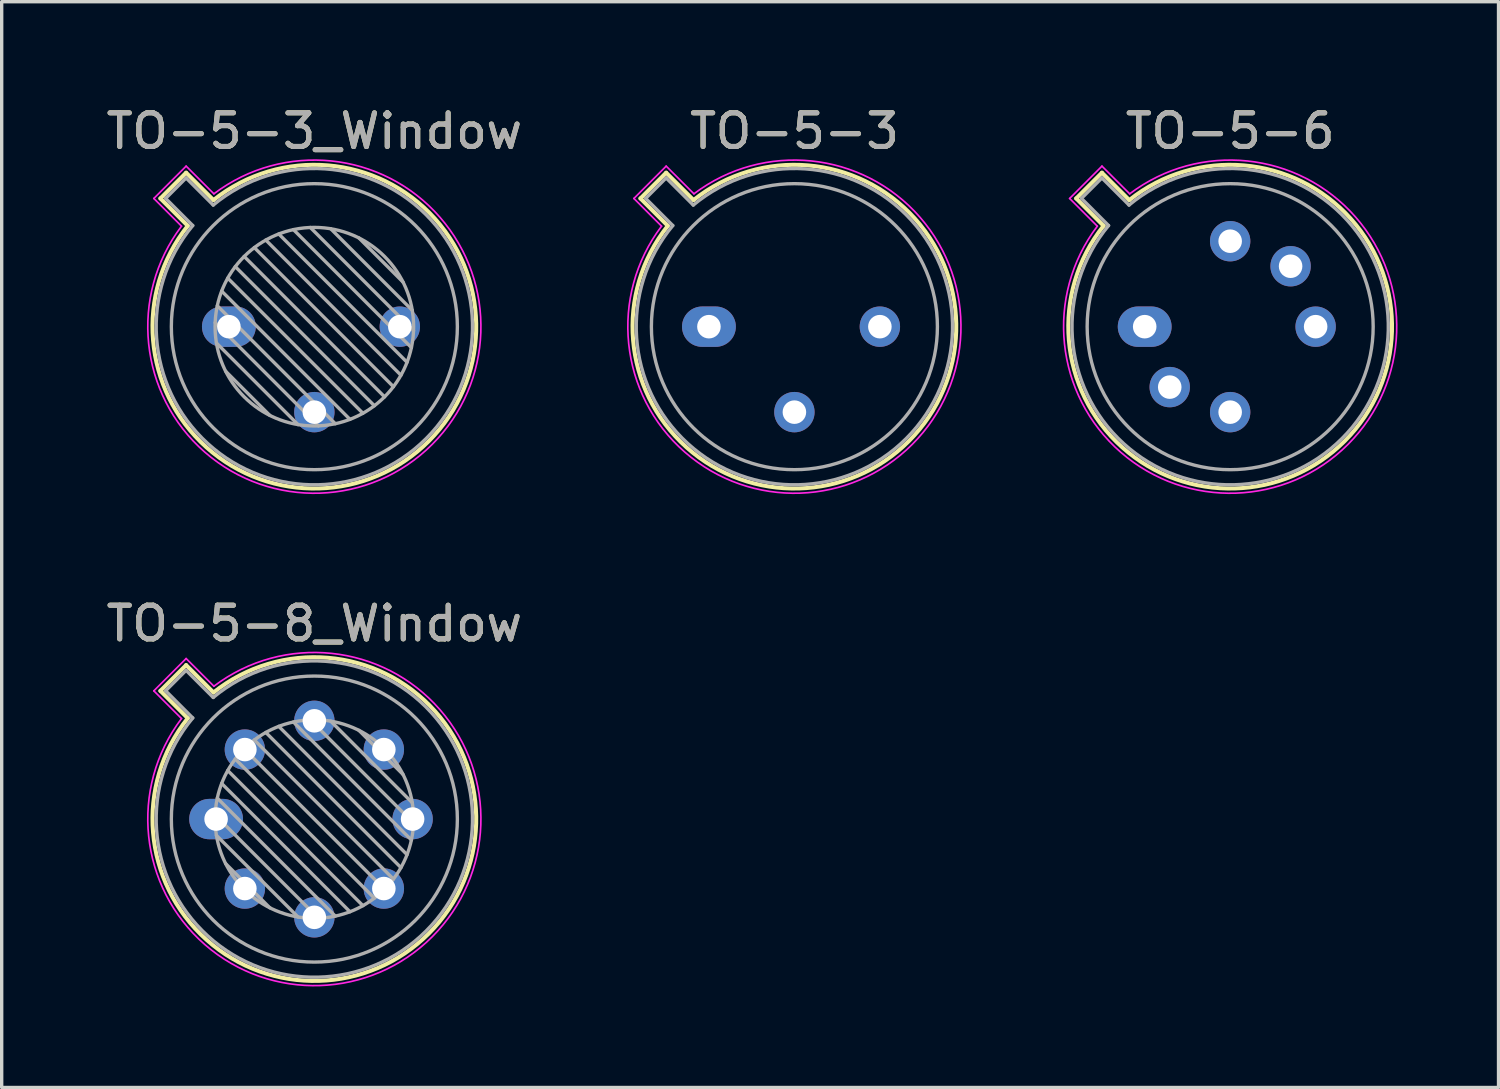
<source format=kicad_pcb>
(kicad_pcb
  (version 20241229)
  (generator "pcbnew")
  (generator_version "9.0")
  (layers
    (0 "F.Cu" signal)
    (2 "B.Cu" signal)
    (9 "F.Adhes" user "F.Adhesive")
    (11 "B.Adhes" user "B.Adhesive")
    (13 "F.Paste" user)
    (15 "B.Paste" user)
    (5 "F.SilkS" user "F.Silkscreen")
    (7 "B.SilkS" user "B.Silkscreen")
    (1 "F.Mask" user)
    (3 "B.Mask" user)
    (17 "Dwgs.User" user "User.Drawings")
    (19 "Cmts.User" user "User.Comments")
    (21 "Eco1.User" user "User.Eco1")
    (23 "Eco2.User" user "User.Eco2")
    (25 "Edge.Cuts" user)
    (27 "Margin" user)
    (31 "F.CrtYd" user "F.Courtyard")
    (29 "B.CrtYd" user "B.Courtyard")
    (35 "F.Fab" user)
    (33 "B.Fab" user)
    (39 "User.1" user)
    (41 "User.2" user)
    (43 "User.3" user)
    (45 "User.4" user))
  (footprint "TO-5-8_Window"
    (layer "F.Cu")
    (at 3.372 21.291)
    (property "Reference" "TO-5-8_Window" (at 2.92 -5.81 0) (layer "F.SilkS") (effects (font (size 1 1) (thickness 0.15))))
    (attr through_hole)
    (fp_line (start -1.655 -3.811) (end -0.842 -2.998) (stroke (width 0.12) (type solid)) (layer "F.SilkS"))
    (fp_line (start -0.891 -4.575) (end -1.655 -3.811) (stroke (width 0.12) (type solid)) (layer "F.SilkS"))
    (fp_line (start -0.078 -3.762) (end -0.891 -4.575) (stroke (width 0.12) (type solid)) (layer "F.SilkS"))
    (fp_arc (start -0.077844 -3.76152) (mid 6.321184 3.401184) (end -0.84152 -2.997844) (stroke (width 0.12) (type solid)) (layer "F.SilkS"))
    (fp_line (start -1.851 -3.81) (end -1.028 -2.986) (stroke (width 0.05) (type solid)) (layer "F.CrtYd"))
    (fp_line (start -0.89 -4.771) (end -1.851 -3.81) (stroke (width 0.05) (type solid)) (layer "F.CrtYd"))
    (fp_line (start -0.066 -3.948) (end -0.89 -4.771) (stroke (width 0.05) (type solid)) (layer "F.CrtYd"))
    (fp_arc (start -0.066162 -3.947827) (mid 6.420179 3.500179) (end -1.027827 -2.986162) (stroke (width 0.05) (type solid)) (layer "F.CrtYd"))
    (fp_line (start -1.5 -3.812) (end -0.694 -3.005) (stroke (width 0.1) (type solid)) (layer "F.Fab"))
    (fp_line (start -0.892 -4.42) (end -1.5 -3.812) (stroke (width 0.1) (type solid)) (layer "F.Fab"))
    (fp_line (start -0.085 -3.614) (end -0.892 -4.42) (stroke (width 0.1) (type solid)) (layer "F.Fab"))
    (fp_line (start -0.028 -0.12) (end 3.04 2.948) (stroke (width 0.1) (type solid)) (layer "F.Fab"))
    (fp_line (start 0.009 0.485) (end 2.435 2.911) (stroke (width 0.1) (type solid)) (layer "F.Fab"))
    (fp_line (start 0.036 -0.622) (end 3.542 2.884) (stroke (width 0.1) (type solid)) (layer "F.Fab"))
    (fp_line (start 0.165 -1.058) (end 3.978 2.755) (stroke (width 0.1) (type solid)) (layer "F.Fab"))
    (fp_line (start 0.283 1.324) (end 1.596 2.637) (stroke (width 0.1) (type solid)) (layer "F.Fab"))
    (fp_line (start 0.346 -1.443) (end 4.363 2.574) (stroke (width 0.1) (type solid)) (layer "F.Fab"))
    (fp_line (start 0.57 -1.784) (end 4.704 2.35) (stroke (width 0.1) (type solid)) (layer "F.Fab"))
    (fp_line (start 0.834 -2.086) (end 5.006 2.086) (stroke (width 0.1) (type solid)) (layer "F.Fab"))
    (fp_line (start 1.136 -2.35) (end 5.27 1.784) (stroke (width 0.1) (type solid)) (layer "F.Fab"))
    (fp_line (start 1.477 -2.574) (end 5.494 1.443) (stroke (width 0.1) (type solid)) (layer "F.Fab"))
    (fp_line (start 1.862 -2.755) (end 5.675 1.058) (stroke (width 0.1) (type solid)) (layer "F.Fab"))
    (fp_line (start 2.298 -2.884) (end 5.804 0.622) (stroke (width 0.1) (type solid)) (layer "F.Fab"))
    (fp_line (start 2.8 -2.948) (end 5.868 0.12) (stroke (width 0.1) (type solid)) (layer "F.Fab"))
    (fp_line (start 3.405 -2.911) (end 5.831 -0.485) (stroke (width 0.1) (type solid)) (layer "F.Fab"))
    (fp_line (start 4.244 -2.637) (end 5.557 -1.324) (stroke (width 0.1) (type solid)) (layer "F.Fab"))
    (fp_arc (start -0.085408 -3.61352) (mid 6.243402 3.323402) (end -0.69352 -3.005408) (stroke (width 0.1) (type solid)) (layer "F.Fab"))
    (fp_circle (center 2.92 0) (end 5.87 0) (stroke (width 0.1) (type solid)) (fill no) (layer "F.Fab"))
    (fp_circle (center 2.92 0) (end 7.17 0) (stroke (width 0.1) (type solid)) (fill no) (layer "F.Fab"))
    (fp_text user "${REFERENCE}" (at 2.92 -5.81 0) (layer "F.Fab") (effects (font (size 1 1) (thickness 0.15))))
    (pad "1" thru_hole oval (at 0 0) (size 1.6 1.2) (drill 0.7) (layers "*.Cu" "*.Mask"))
    (pad "2" thru_hole circle (at 0.855 2.065) (size 1.2 1.2) (drill 0.7) (layers "*.Cu" "*.Mask"))
    (pad "3" thru_hole circle (at 2.92 2.92) (size 1.2 1.2) (drill 0.7) (layers "*.Cu" "*.Mask"))
    (pad "4" thru_hole circle (at 4.985 2.065) (size 1.2 1.2) (drill 0.7) (layers "*.Cu" "*.Mask"))
    (pad "5" thru_hole circle (at 5.84 0) (size 1.2 1.2) (drill 0.7) (layers "*.Cu" "*.Mask"))
    (pad "6" thru_hole circle (at 4.985 -2.065) (size 1.2 1.2) (drill 0.7) (layers "*.Cu" "*.Mask"))
    (pad "7" thru_hole circle (at 2.92 -2.92) (size 1.2 1.2) (drill 0.7) (layers "*.Cu" "*.Mask"))
    (pad "8" thru_hole circle (at 0.855 -2.065) (size 1.2 1.2) (drill 0.7) (layers "*.Cu" "*.Mask")))
  (footprint "TO-5-3_Window"
    (layer "F.Cu")
    (at 3.752 6.658)
    (property "Reference" "TO-5-3_Window" (at 2.54 -5.81 0) (layer "F.SilkS") (effects (font (size 1 1) (thickness 0.15))))
    (attr through_hole)
    (fp_line (start -2.035 -3.811) (end -1.222 -2.998) (stroke (width 0.12) (type solid)) (layer "F.SilkS"))
    (fp_line (start -1.271 -4.575) (end -2.035 -3.811) (stroke (width 0.12) (type solid)) (layer "F.SilkS"))
    (fp_line (start -0.458 -3.762) (end -1.271 -4.575) (stroke (width 0.12) (type solid)) (layer "F.SilkS"))
    (fp_arc (start -0.457844 -3.76152) (mid 5.941184 3.401184) (end -1.22152 -2.997844) (stroke (width 0.12) (type solid)) (layer "F.SilkS"))
    (fp_line (start -2.231 -3.81) (end -1.408 -2.986) (stroke (width 0.05) (type solid)) (layer "F.CrtYd"))
    (fp_line (start -1.27 -4.771) (end -2.231 -3.81) (stroke (width 0.05) (type solid)) (layer "F.CrtYd"))
    (fp_line (start -0.446 -3.948) (end -1.27 -4.771) (stroke (width 0.05) (type solid)) (layer "F.CrtYd"))
    (fp_arc (start -0.446162 -3.947827) (mid 6.040179 3.500179) (end -1.407827 -2.986162) (stroke (width 0.05) (type solid)) (layer "F.CrtYd"))
    (fp_line (start -1.88 -3.812) (end -1.074 -3.005) (stroke (width 0.1) (type solid)) (layer "F.Fab"))
    (fp_line (start -1.272 -4.42) (end -1.88 -3.812) (stroke (width 0.1) (type solid)) (layer "F.Fab"))
    (fp_line (start -0.465 -3.614) (end -1.272 -4.42) (stroke (width 0.1) (type solid)) (layer "F.Fab"))
    (fp_line (start -0.408 -0.12) (end 2.66 2.948) (stroke (width 0.1) (type solid)) (layer "F.Fab"))
    (fp_line (start -0.371 0.485) (end 2.055 2.911) (stroke (width 0.1) (type solid)) (layer "F.Fab"))
    (fp_line (start -0.344 -0.622) (end 3.162 2.884) (stroke (width 0.1) (type solid)) (layer "F.Fab"))
    (fp_line (start -0.215 -1.058) (end 3.598 2.755) (stroke (width 0.1) (type solid)) (layer "F.Fab"))
    (fp_line (start -0.097 1.324) (end 1.216 2.637) (stroke (width 0.1) (type solid)) (layer "F.Fab"))
    (fp_line (start -0.034 -1.443) (end 3.983 2.574) (stroke (width 0.1) (type solid)) (layer "F.Fab"))
    (fp_line (start 0.19 -1.784) (end 4.324 2.35) (stroke (width 0.1) (type solid)) (layer "F.Fab"))
    (fp_line (start 0.454 -2.086) (end 4.626 2.086) (stroke (width 0.1) (type solid)) (layer "F.Fab"))
    (fp_line (start 0.756 -2.35) (end 4.89 1.784) (stroke (width 0.1) (type solid)) (layer "F.Fab"))
    (fp_line (start 1.097 -2.574) (end 5.114 1.443) (stroke (width 0.1) (type solid)) (layer "F.Fab"))
    (fp_line (start 1.482 -2.755) (end 5.295 1.058) (stroke (width 0.1) (type solid)) (layer "F.Fab"))
    (fp_line (start 1.918 -2.884) (end 5.424 0.622) (stroke (width 0.1) (type solid)) (layer "F.Fab"))
    (fp_line (start 2.42 -2.948) (end 5.488 0.12) (stroke (width 0.1) (type solid)) (layer "F.Fab"))
    (fp_line (start 3.025 -2.911) (end 5.451 -0.485) (stroke (width 0.1) (type solid)) (layer "F.Fab"))
    (fp_line (start 3.864 -2.637) (end 5.177 -1.324) (stroke (width 0.1) (type solid)) (layer "F.Fab"))
    (fp_arc (start -0.465408 -3.61352) (mid 5.863402 3.323402) (end -1.07352 -3.005408) (stroke (width 0.1) (type solid)) (layer "F.Fab"))
    (fp_circle (center 2.54 0) (end 5.49 0) (stroke (width 0.1) (type solid)) (fill no) (layer "F.Fab"))
    (fp_circle (center 2.54 0) (end 6.79 0) (stroke (width 0.1) (type solid)) (fill no) (layer "F.Fab"))
    (fp_text user "${REFERENCE}" (at 2.54 -5.81 0) (layer "F.Fab") (effects (font (size 1 1) (thickness 0.15))))
    (pad "1" thru_hole oval (at 0 0) (size 1.6 1.2) (drill 0.7) (layers "*.Cu" "*.Mask"))
    (pad "2" thru_hole circle (at 2.54 2.54) (size 1.2 1.2) (drill 0.7) (layers "*.Cu" "*.Mask"))
    (pad "3" thru_hole circle (at 5.08 0) (size 1.2 1.2) (drill 0.7) (layers "*.Cu" "*.Mask")))
  (footprint "TO-5-3"
    (layer "F.Cu")
    (at 18.018 6.658)
    (property "Reference" "TO-5-3" (at 2.54 -5.81 0) (layer "F.SilkS") (effects (font (size 1 1) (thickness 0.15))))
    (attr through_hole)
    (fp_line (start -2.035 -3.811) (end -1.222 -2.998) (stroke (width 0.12) (type solid)) (layer "F.SilkS"))
    (fp_line (start -1.271 -4.575) (end -2.035 -3.811) (stroke (width 0.12) (type solid)) (layer "F.SilkS"))
    (fp_line (start -0.458 -3.762) (end -1.271 -4.575) (stroke (width 0.12) (type solid)) (layer "F.SilkS"))
    (fp_arc (start -0.457844 -3.76152) (mid 5.941184 3.401184) (end -1.22152 -2.997844) (stroke (width 0.12) (type solid)) (layer "F.SilkS"))
    (fp_line (start -2.231 -3.81) (end -1.408 -2.986) (stroke (width 0.05) (type solid)) (layer "F.CrtYd"))
    (fp_line (start -1.27 -4.771) (end -2.231 -3.81) (stroke (width 0.05) (type solid)) (layer "F.CrtYd"))
    (fp_line (start -0.446 -3.948) (end -1.27 -4.771) (stroke (width 0.05) (type solid)) (layer "F.CrtYd"))
    (fp_arc (start -0.446162 -3.947827) (mid 6.040179 3.500179) (end -1.407827 -2.986162) (stroke (width 0.05) (type solid)) (layer "F.CrtYd"))
    (fp_line (start -1.88 -3.812) (end -1.074 -3.005) (stroke (width 0.1) (type solid)) (layer "F.Fab"))
    (fp_line (start -1.272 -4.42) (end -1.88 -3.812) (stroke (width 0.1) (type solid)) (layer "F.Fab"))
    (fp_line (start -0.465 -3.614) (end -1.272 -4.42) (stroke (width 0.1) (type solid)) (layer "F.Fab"))
    (fp_arc (start -0.465408 -3.61352) (mid 5.863402 3.323402) (end -1.07352 -3.005408) (stroke (width 0.1) (type solid)) (layer "F.Fab"))
    (fp_circle (center 2.54 0) (end 6.79 0) (stroke (width 0.1) (type solid)) (fill no) (layer "F.Fab"))
    (fp_text user "${REFERENCE}" (at 2.54 -5.81 0) (layer "F.Fab") (effects (font (size 1 1) (thickness 0.15))))
    (pad "1" thru_hole oval (at 0 0) (size 1.6 1.2) (drill 0.7) (layers "*.Cu" "*.Mask"))
    (pad "2" thru_hole circle (at 2.54 2.54) (size 1.2 1.2) (drill 0.7) (layers "*.Cu" "*.Mask"))
    (pad "3" thru_hole circle (at 5.08 0) (size 1.2 1.2) (drill 0.7) (layers "*.Cu" "*.Mask")))
  (footprint "TO-5-6"
    (layer "F.Cu")
    (at 30.968 6.658)
    (property "Reference" "TO-5-6" (at 2.54 -5.81 0) (layer "F.SilkS") (effects (font (size 1 1) (thickness 0.15))))
    (attr through_hole)
    (fp_line (start -2.035 -3.811) (end -1.222 -2.998) (stroke (width 0.12) (type solid)) (layer "F.SilkS"))
    (fp_line (start -1.271 -4.575) (end -2.035 -3.811) (stroke (width 0.12) (type solid)) (layer "F.SilkS"))
    (fp_line (start -0.458 -3.762) (end -1.271 -4.575) (stroke (width 0.12) (type solid)) (layer "F.SilkS"))
    (fp_arc (start -0.457844 -3.76152) (mid 5.941184 3.401184) (end -1.22152 -2.997844) (stroke (width 0.12) (type solid)) (layer "F.SilkS"))
    (fp_line (start -2.231 -3.81) (end -1.408 -2.986) (stroke (width 0.05) (type solid)) (layer "F.CrtYd"))
    (fp_line (start -1.27 -4.771) (end -2.231 -3.81) (stroke (width 0.05) (type solid)) (layer "F.CrtYd"))
    (fp_line (start -0.446 -3.948) (end -1.27 -4.771) (stroke (width 0.05) (type solid)) (layer "F.CrtYd"))
    (fp_arc (start -0.446162 -3.947827) (mid 6.040179 3.500179) (end -1.407827 -2.986162) (stroke (width 0.05) (type solid)) (layer "F.CrtYd"))
    (fp_line (start -1.88 -3.812) (end -1.074 -3.005) (stroke (width 0.1) (type solid)) (layer "F.Fab"))
    (fp_line (start -1.272 -4.42) (end -1.88 -3.812) (stroke (width 0.1) (type solid)) (layer "F.Fab"))
    (fp_line (start -0.465 -3.614) (end -1.272 -4.42) (stroke (width 0.1) (type solid)) (layer "F.Fab"))
    (fp_arc (start -0.465408 -3.61352) (mid 5.863402 3.323402) (end -1.07352 -3.005408) (stroke (width 0.1) (type solid)) (layer "F.Fab"))
    (fp_circle (center 2.54 0) (end 6.79 0) (stroke (width 0.1) (type solid)) (fill no) (layer "F.Fab"))
    (fp_text user "${REFERENCE}" (at 2.54 -5.81 0) (layer "F.Fab") (effects (font (size 1 1) (thickness 0.15))))
    (pad "1" thru_hole oval (at 0 0) (size 1.6 1.2) (drill 0.7) (layers "*.Cu" "*.Mask"))
    (pad "2" thru_hole circle (at 0.744 1.796) (size 1.2 1.2) (drill 0.7) (layers "*.Cu" "*.Mask"))
    (pad "3" thru_hole circle (at 2.54 2.54) (size 1.2 1.2) (drill 0.7) (layers "*.Cu" "*.Mask"))
    (pad "4" thru_hole circle (at 5.08 0) (size 1.2 1.2) (drill 0.7) (layers "*.Cu" "*.Mask"))
    (pad "5" thru_hole circle (at 4.336 -1.796) (size 1.2 1.2) (drill 0.7) (layers "*.Cu" "*.Mask"))
    (pad "6" thru_hole circle (at 2.54 -2.54) (size 1.2 1.2) (drill 0.7) (layers "*.Cu" "*.Mask")))
  (gr_rect
    (start -3 -3)
    (end 41.483 29.267)
    (stroke (width 0.1) (type default))
    (fill no)
    (layer "Edge.Cuts")))
</source>
